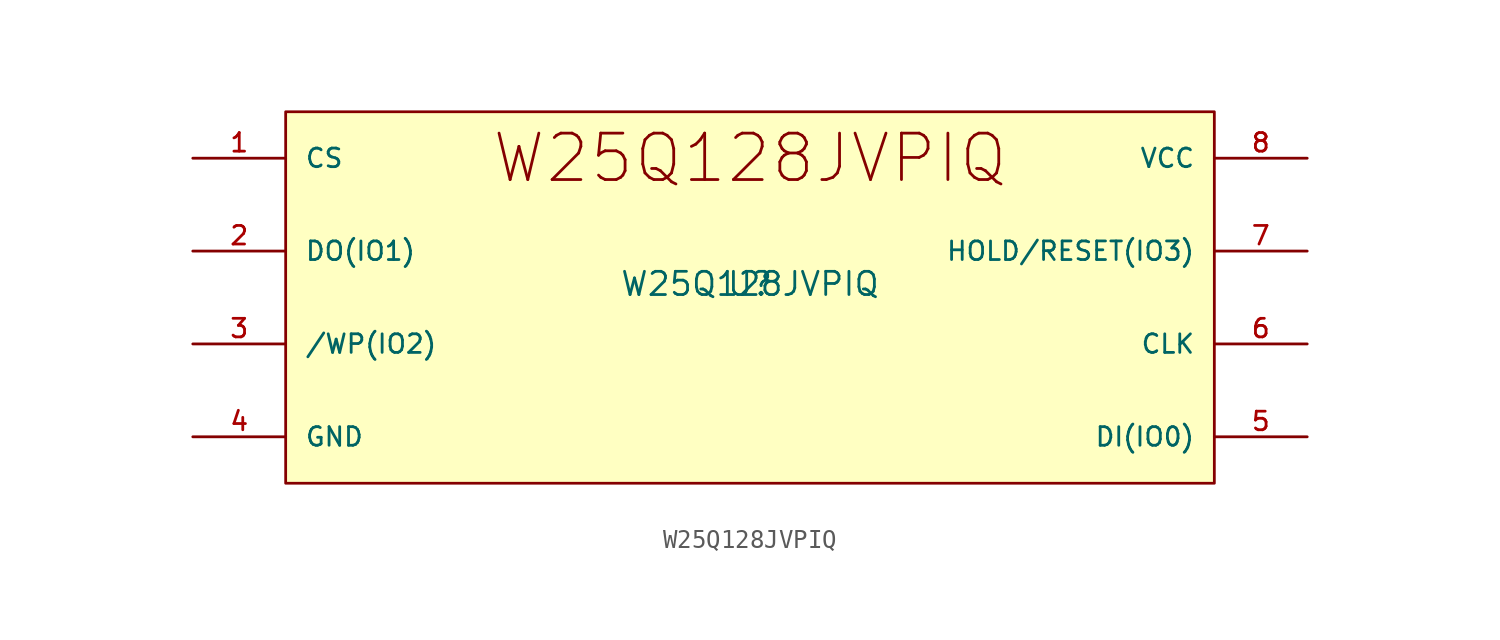
<source format=kicad_sym>
(kicad_symbol_lib
  (version 20211014)
  (generator kicad_symbol_editor)
  (symbol "W25Q128JVPIQ"
    (pin_names
      (offset 1.016))
    (property "Reference" "U"
      (at 0 0 0)
      (effects (font (size 1.27 1.27)) (justify bottom)))
    (property "Value" "W25Q128JVPIQ"
      (at 0 0.0 0)
      (effects (font (size 1.27 1.27)) (justify bottom)))
    (symbol "W25Q128JVPIQ_0_0"
      (text "W25Q128JVPIQ" (at 0.0 7.62 0) (effects (font (size 2.54 2.54))))
      (rectangle (start -25.4 -10.16) (end 25.4 10.16) (stroke (width 0.152)) (fill (type background)))
      (pin bidirectional line (at -30.48 7.62 0) (length 5.08) (name "CS" (effects (font (size 1.016 1.016)))) (number "1" (effects (font (size 1.016 1.016)))))
      (pin bidirectional line (at -30.48 2.54 0) (length 5.08) (name "DO(IO1)" (effects (font (size 1.016 1.016)))) (number "2" (effects (font (size 1.016 1.016)))))
      (pin bidirectional line (at -30.48 -2.54 0) (length 5.08) (name "/WP(IO2)" (effects (font (size 1.016 1.016)))) (number "3" (effects (font (size 1.016 1.016)))))
      (pin bidirectional line (at -30.48 -7.62 0) (length 5.08) (name "GND" (effects (font (size 1.016 1.016)))) (number "4" (effects (font (size 1.016 1.016)))))
      (pin bidirectional line (at -30.48 -7.62 0) (length 5.08) hide (name "GND" (effects (font (size 1.016 1.016)))) (number "9" (effects (font (size 1.016 1.016)))))
      (pin bidirectional line (at 30.48 7.62 180.0) (length 5.08) (name "VCC" (effects (font (size 1.016 1.016)))) (number "8" (effects (font (size 1.016 1.016)))))
      (pin bidirectional line (at 30.48 2.54 180.0) (length 5.08) (name "HOLD/RESET(IO3)" (effects (font (size 1.016 1.016)))) (number "7" (effects (font (size 1.016 1.016)))))
      (pin bidirectional line (at 30.48 -2.54 180.0) (length 5.08) (name "CLK" (effects (font (size 1.016 1.016)))) (number "6" (effects (font (size 1.016 1.016)))))
      (pin bidirectional line (at 30.48 -7.62 180.0) (length 5.08) (name "DI(IO0)" (effects (font (size 1.016 1.016)))) (number "5" (effects (font (size 1.016 1.016))))))))
</source>
